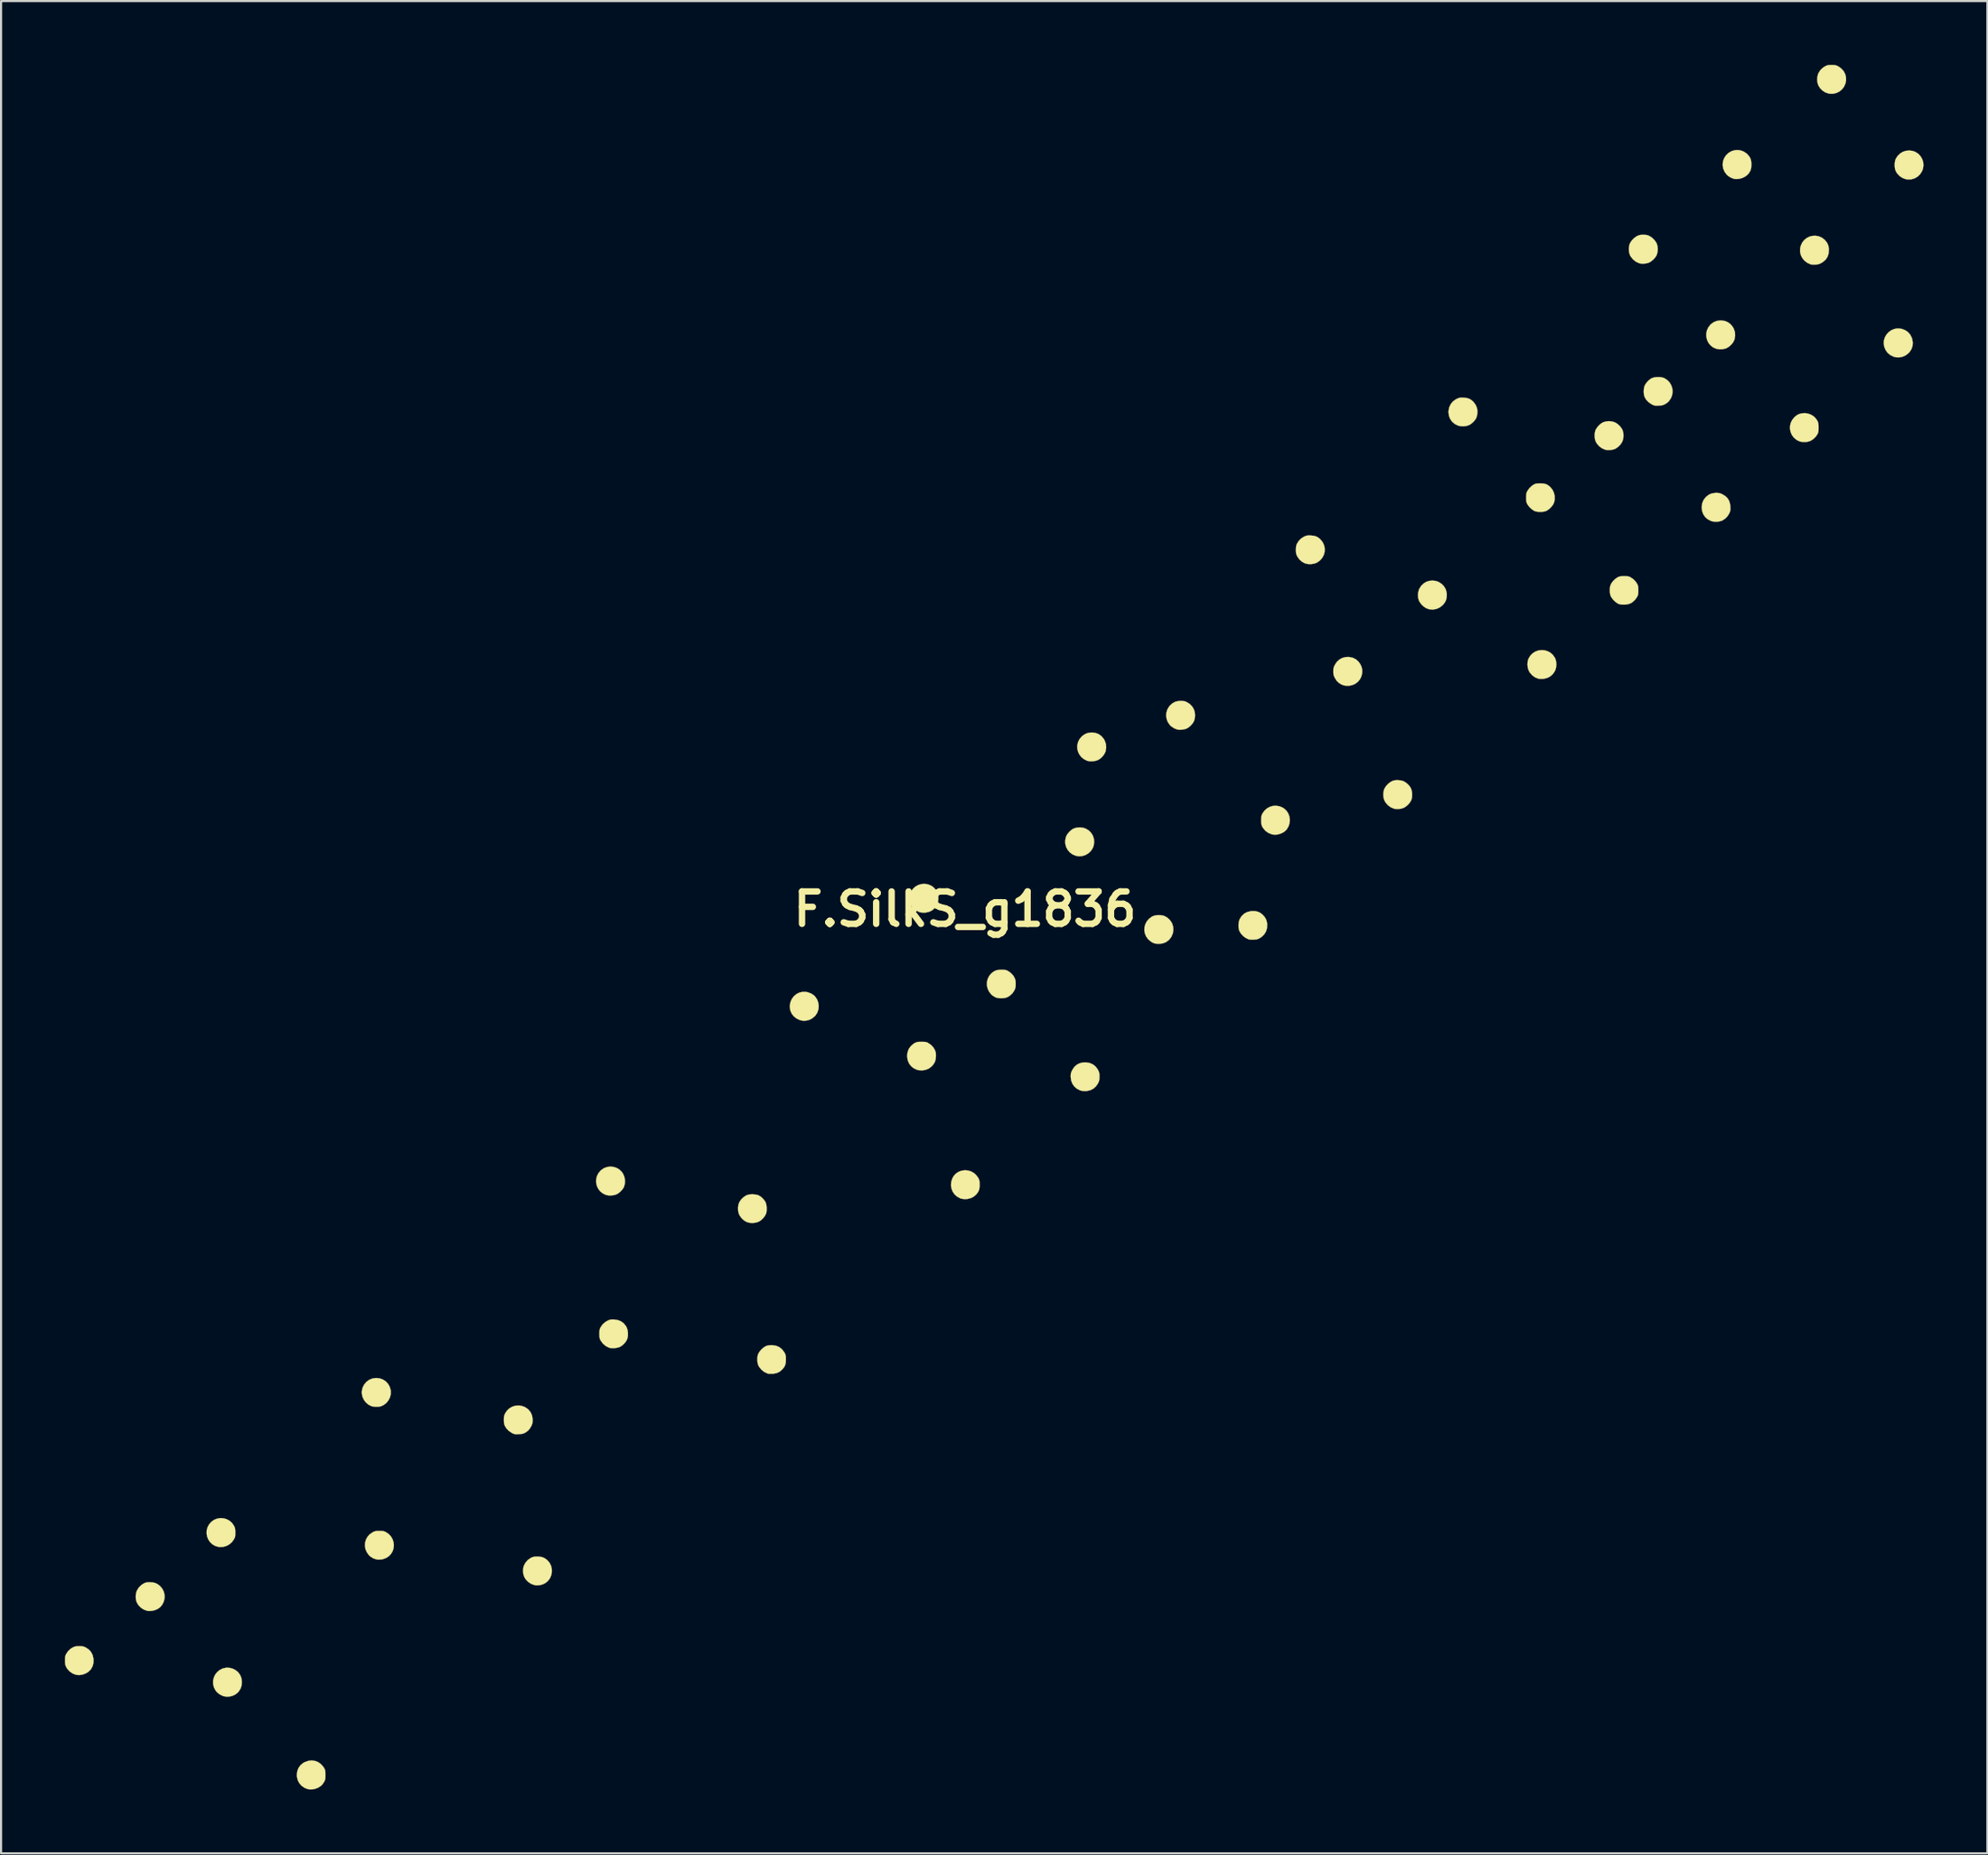
<source format=kicad_pcb>
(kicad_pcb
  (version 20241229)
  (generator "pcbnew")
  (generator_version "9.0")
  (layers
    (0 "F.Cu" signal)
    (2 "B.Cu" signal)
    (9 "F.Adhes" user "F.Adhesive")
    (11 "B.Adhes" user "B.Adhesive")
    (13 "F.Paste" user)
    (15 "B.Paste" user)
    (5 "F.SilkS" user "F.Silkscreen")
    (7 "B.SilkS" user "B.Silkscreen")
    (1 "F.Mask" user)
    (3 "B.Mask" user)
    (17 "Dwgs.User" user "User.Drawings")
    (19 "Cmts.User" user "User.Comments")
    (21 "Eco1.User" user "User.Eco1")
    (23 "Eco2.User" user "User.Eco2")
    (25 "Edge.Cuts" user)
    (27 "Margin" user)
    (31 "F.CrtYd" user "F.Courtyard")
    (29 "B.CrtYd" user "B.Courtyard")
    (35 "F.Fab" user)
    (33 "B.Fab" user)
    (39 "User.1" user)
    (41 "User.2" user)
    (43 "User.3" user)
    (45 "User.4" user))
  (footprint "F.SilkS_g1836"
    (layer "F.Cu")
    (at 42.285 39.682)
    (property "Reference" "F.SilkS_g1836" (at 0 0 0) (layer "F.SilkS") (effects (font (size 1.524 1.524) (thickness 0.3))))
    (attr through_hole)
    (fp_poly (pts (xy -7.472 3.887) (xy -7.39 3.903) (xy -7.227 3.963) (xy -7.095 4.051) (xy -7.038 4.11) (xy -6.946 4.248) (xy -6.891 4.4) (xy -6.871 4.558) (xy -6.887 4.715) (xy -6.939 4.865) (xy -7.027 5) (xy -7.04 5.015) (xy -7.163 5.122) (xy -7.305 5.198) (xy -7.458 5.239) (xy -7.614 5.244) (xy -7.762 5.211) (xy -7.919 5.135) (xy -8.047 5.032) (xy -8.144 4.906) (xy -8.206 4.761) (xy -8.231 4.601) (xy -8.229 4.523) (xy -8.197 4.358) (xy -8.131 4.212) (xy -8.036 4.088) (xy -7.918 3.99) (xy -7.782 3.921) (xy -7.631 3.886) (xy -7.472 3.887)) (stroke (width 0.01) (type solid)) (fill yes) (layer "F.SilkS"))
    (fp_poly (pts (xy 5.547 -3.828) (xy 5.674 -3.786) (xy 5.82 -3.696) (xy 5.936 -3.575) (xy 6.009 -3.452) (xy 6.055 -3.307) (xy 6.068 -3.151) (xy 6.048 -2.996) (xy 6.005 -2.874) (xy 5.916 -2.737) (xy 5.8 -2.627) (xy 5.663 -2.546) (xy 5.513 -2.498) (xy 5.356 -2.485) (xy 5.213 -2.508) (xy 5.058 -2.571) (xy 4.928 -2.665) (xy 4.825 -2.784) (xy 4.752 -2.921) (xy 4.713 -3.071) (xy 4.708 -3.229) (xy 4.742 -3.389) (xy 4.763 -3.444) (xy 4.824 -3.547) (xy 4.912 -3.648) (xy 5.013 -3.736) (xy 5.107 -3.791) (xy 5.244 -3.832) (xy 5.396 -3.844) (xy 5.547 -3.828)) (stroke (width 0.01) (type solid)) (fill yes) (layer "F.SilkS"))
    (fp_poly (pts (xy 43.959 -27.285) (xy 44.001 -27.276) (xy 44.166 -27.215) (xy 44.302 -27.123) (xy 44.408 -27.002) (xy 44.483 -26.851) (xy 44.496 -26.811) (xy 44.527 -26.643) (xy 44.517 -26.48) (xy 44.467 -26.328) (xy 44.378 -26.189) (xy 44.327 -26.135) (xy 44.198 -26.034) (xy 44.051 -25.967) (xy 43.895 -25.935) (xy 43.739 -25.94) (xy 43.631 -25.967) (xy 43.472 -26.044) (xy 43.346 -26.148) (xy 43.25 -26.281) (xy 43.187 -26.435) (xy 43.162 -26.592) (xy 43.174 -26.744) (xy 43.22 -26.886) (xy 43.296 -27.014) (xy 43.396 -27.124) (xy 43.517 -27.21) (xy 43.654 -27.269) (xy 43.803 -27.295) (xy 43.959 -27.285)) (stroke (width 0.01) (type solid)) (fill yes) (layer "F.SilkS"))
    (fp_poly (pts (xy 44.523 -35.638) (xy 44.644 -35.595) (xy 44.782 -35.507) (xy 44.891 -35.391) (xy 44.97 -35.256) (xy 45.017 -35.106) (xy 45.028 -34.949) (xy 45.002 -34.791) (xy 44.96 -34.682) (xy 44.868 -34.539) (xy 44.75 -34.427) (xy 44.611 -34.348) (xy 44.457 -34.303) (xy 44.294 -34.297) (xy 44.19 -34.313) (xy 44.039 -34.37) (xy 43.904 -34.461) (xy 43.791 -34.583) (xy 43.728 -34.687) (xy 43.692 -34.796) (xy 43.675 -34.926) (xy 43.678 -35.063) (xy 43.7 -35.19) (xy 43.73 -35.273) (xy 43.821 -35.411) (xy 43.943 -35.526) (xy 44.066 -35.599) (xy 44.21 -35.645) (xy 44.367 -35.658) (xy 44.523 -35.638)) (stroke (width 0.01) (type solid)) (fill yes) (layer "F.SilkS"))
    (fp_poly (pts (xy -16.521 12.112) (xy -16.375 12.156) (xy -16.242 12.232) (xy -16.129 12.339) (xy -16.059 12.443) (xy -15.998 12.593) (xy -15.972 12.752) (xy -15.98 12.91) (xy -16.023 13.058) (xy -16.038 13.089) (xy -16.097 13.176) (xy -16.181 13.266) (xy -16.275 13.346) (xy -16.35 13.393) (xy -16.473 13.437) (xy -16.615 13.457) (xy -16.759 13.453) (xy -16.881 13.425) (xy -17.028 13.352) (xy -17.147 13.252) (xy -17.238 13.131) (xy -17.299 12.994) (xy -17.329 12.847) (xy -17.327 12.697) (xy -17.291 12.549) (xy -17.222 12.409) (xy -17.116 12.283) (xy -17.101 12.269) (xy -16.97 12.177) (xy -16.825 12.121) (xy -16.673 12.099) (xy -16.521 12.112)) (stroke (width 0.01) (type solid)) (fill yes) (layer "F.SilkS"))
    (fp_poly (pts (xy 22.126 -15.426) (xy 22.249 -15.382) (xy 22.393 -15.29) (xy 22.506 -15.172) (xy 22.586 -15.032) (xy 22.628 -14.875) (xy 22.635 -14.785) (xy 22.625 -14.627) (xy 22.586 -14.493) (xy 22.515 -14.373) (xy 22.439 -14.286) (xy 22.305 -14.181) (xy 22.153 -14.113) (xy 21.99 -14.083) (xy 21.821 -14.094) (xy 21.805 -14.097) (xy 21.669 -14.146) (xy 21.541 -14.229) (xy 21.429 -14.339) (xy 21.342 -14.468) (xy 21.329 -14.497) (xy 21.292 -14.617) (xy 21.28 -14.757) (xy 21.293 -14.899) (xy 21.329 -15.029) (xy 21.339 -15.051) (xy 21.429 -15.196) (xy 21.55 -15.312) (xy 21.673 -15.386) (xy 21.816 -15.432) (xy 21.972 -15.445) (xy 22.126 -15.426)) (stroke (width 0.01) (type solid)) (fill yes) (layer "F.SilkS"))
    (fp_poly (pts (xy 35.689 -27.649) (xy 35.838 -27.589) (xy 35.967 -27.493) (xy 36.073 -27.364) (xy 36.113 -27.292) (xy 36.168 -27.134) (xy 36.182 -26.968) (xy 36.156 -26.798) (xy 36.143 -26.756) (xy 36.086 -26.641) (xy 35.997 -26.53) (xy 35.888 -26.434) (xy 35.77 -26.366) (xy 35.744 -26.355) (xy 35.593 -26.319) (xy 35.433 -26.315) (xy 35.289 -26.342) (xy 35.142 -26.407) (xy 35.022 -26.502) (xy 34.929 -26.618) (xy 34.864 -26.752) (xy 34.829 -26.896) (xy 34.825 -27.045) (xy 34.853 -27.193) (xy 34.914 -27.333) (xy 35.01 -27.461) (xy 35.044 -27.494) (xy 35.171 -27.589) (xy 35.309 -27.646) (xy 35.465 -27.67) (xy 35.522 -27.671) (xy 35.689 -27.649)) (stroke (width 0.01) (type solid)) (fill yes) (layer "F.SilkS"))
    (fp_poly (pts (xy 36.446 -35.661) (xy 36.59 -35.606) (xy 36.722 -35.515) (xy 36.762 -35.477) (xy 36.849 -35.375) (xy 36.905 -35.272) (xy 36.935 -35.156) (xy 36.946 -35.015) (xy 36.946 -34.999) (xy 36.936 -34.848) (xy 36.904 -34.724) (xy 36.845 -34.616) (xy 36.76 -34.516) (xy 36.647 -34.429) (xy 36.512 -34.364) (xy 36.366 -34.325) (xy 36.221 -34.315) (xy 36.118 -34.33) (xy 35.987 -34.379) (xy 35.865 -34.453) (xy 35.781 -34.527) (xy 35.681 -34.667) (xy 35.619 -34.819) (xy 35.595 -34.979) (xy 35.61 -35.141) (xy 35.664 -35.295) (xy 35.754 -35.434) (xy 35.868 -35.543) (xy 36 -35.622) (xy 36.145 -35.668) (xy 36.295 -35.682) (xy 36.446 -35.661)) (stroke (width 0.01) (type solid)) (fill yes) (layer "F.SilkS"))
    (fp_poly (pts (xy -38.146 31.645) (xy -38.015 31.68) (xy -37.899 31.745) (xy -37.811 31.818) (xy -37.706 31.944) (xy -37.637 32.087) (xy -37.603 32.24) (xy -37.605 32.396) (xy -37.642 32.548) (xy -37.714 32.691) (xy -37.817 32.812) (xy -37.926 32.89) (xy -38.06 32.947) (xy -38.206 32.98) (xy -38.349 32.985) (xy -38.415 32.977) (xy -38.571 32.924) (xy -38.711 32.835) (xy -38.828 32.717) (xy -38.911 32.579) (xy -38.948 32.457) (xy -38.96 32.317) (xy -38.948 32.174) (xy -38.911 32.043) (xy -38.902 32.023) (xy -38.811 31.878) (xy -38.688 31.76) (xy -38.581 31.692) (xy -38.514 31.661) (xy -38.451 31.644) (xy -38.375 31.636) (xy -38.301 31.634) (xy -38.146 31.645)) (stroke (width 0.01) (type solid)) (fill yes) (layer "F.SilkS"))
    (fp_poly (pts (xy -34.56 35.655) (xy -34.412 35.693) (xy -34.274 35.761) (xy -34.158 35.852) (xy -34.132 35.881) (xy -34.045 36.007) (xy -33.993 36.144) (xy -33.973 36.3) (xy -33.973 36.333) (xy -33.987 36.493) (xy -34.032 36.631) (xy -34.111 36.758) (xy -34.152 36.806) (xy -34.265 36.901) (xy -34.401 36.969) (xy -34.551 37.007) (xy -34.704 37.013) (xy -34.849 36.985) (xy -34.855 36.982) (xy -35.015 36.906) (xy -35.143 36.801) (xy -35.213 36.714) (xy -35.287 36.566) (xy -35.323 36.413) (xy -35.323 36.261) (xy -35.289 36.114) (xy -35.226 35.977) (xy -35.134 35.858) (xy -35.016 35.76) (xy -34.876 35.69) (xy -34.715 35.652) (xy -34.707 35.651) (xy -34.56 35.655)) (stroke (width 0.01) (type solid)) (fill yes) (layer "F.SilkS"))
    (fp_poly (pts (xy -27.488 22.054) (xy -27.337 22.111) (xy -27.205 22.2) (xy -27.098 22.318) (xy -27.021 22.46) (xy -26.977 22.621) (xy -26.974 22.644) (xy -26.976 22.795) (xy -27.014 22.943) (xy -27.084 23.082) (xy -27.181 23.203) (xy -27.299 23.299) (xy -27.434 23.363) (xy -27.452 23.368) (xy -27.54 23.383) (xy -27.648 23.387) (xy -27.758 23.382) (xy -27.852 23.367) (xy -27.883 23.359) (xy -28.025 23.287) (xy -28.146 23.184) (xy -28.241 23.058) (xy -28.306 22.915) (xy -28.337 22.761) (xy -28.335 22.644) (xy -28.296 22.48) (xy -28.222 22.335) (xy -28.118 22.214) (xy -27.99 22.121) (xy -27.841 22.06) (xy -27.677 22.035) (xy -27.654 22.035) (xy -27.488 22.054)) (stroke (width 0.01) (type solid)) (fill yes) (layer "F.SilkS"))
    (fp_poly (pts (xy -19.942 30.436) (xy -19.823 30.467) (xy -19.716 30.524) (xy -19.621 30.599) (xy -19.518 30.719) (xy -19.449 30.856) (xy -19.413 31.005) (xy -19.41 31.157) (xy -19.439 31.307) (xy -19.499 31.448) (xy -19.591 31.572) (xy -19.702 31.665) (xy -19.837 31.734) (xy -19.987 31.773) (xy -20.136 31.78) (xy -20.206 31.771) (xy -20.367 31.718) (xy -20.509 31.629) (xy -20.627 31.51) (xy -20.696 31.402) (xy -20.744 31.267) (xy -20.763 31.117) (xy -20.752 30.965) (xy -20.724 30.858) (xy -20.648 30.715) (xy -20.541 30.592) (xy -20.41 30.498) (xy -20.388 30.486) (xy -20.319 30.456) (xy -20.256 30.438) (xy -20.184 30.429) (xy -20.087 30.427) (xy -19.942 30.436)) (stroke (width 0.01) (type solid)) (fill yes) (layer "F.SilkS"))
    (fp_poly (pts (xy 6.136 -8.283) (xy 6.285 -8.224) (xy 6.415 -8.13) (xy 6.52 -8.002) (xy 6.564 -7.925) (xy 6.619 -7.767) (xy 6.634 -7.601) (xy 6.608 -7.432) (xy 6.596 -7.392) (xy 6.539 -7.277) (xy 6.452 -7.166) (xy 6.348 -7.071) (xy 6.239 -7.006) (xy 6.118 -6.968) (xy 5.983 -6.95) (xy 5.85 -6.952) (xy 5.737 -6.976) (xy 5.736 -6.977) (xy 5.586 -7.051) (xy 5.463 -7.152) (xy 5.37 -7.274) (xy 5.307 -7.411) (xy 5.275 -7.557) (xy 5.276 -7.706) (xy 5.311 -7.854) (xy 5.381 -7.993) (xy 5.487 -8.119) (xy 5.495 -8.127) (xy 5.624 -8.222) (xy 5.764 -8.28) (xy 5.924 -8.304) (xy 5.971 -8.304) (xy 6.136 -8.283)) (stroke (width 0.01) (type solid)) (fill yes) (layer "F.SilkS"))
    (fp_poly (pts (xy 27.224 -12.168) (xy 27.366 -12.128) (xy 27.497 -12.058) (xy 27.612 -11.958) (xy 27.706 -11.828) (xy 27.733 -11.773) (xy 27.77 -11.649) (xy 27.782 -11.506) (xy 27.769 -11.362) (xy 27.732 -11.232) (xy 27.725 -11.217) (xy 27.636 -11.073) (xy 27.519 -10.959) (xy 27.379 -10.878) (xy 27.218 -10.833) (xy 27.138 -10.825) (xy 27.054 -10.824) (xy 26.978 -10.828) (xy 26.935 -10.835) (xy 26.782 -10.896) (xy 26.648 -10.993) (xy 26.538 -11.118) (xy 26.482 -11.217) (xy 26.441 -11.343) (xy 26.425 -11.486) (xy 26.433 -11.629) (xy 26.466 -11.756) (xy 26.473 -11.772) (xy 26.558 -11.914) (xy 26.666 -12.025) (xy 26.793 -12.106) (xy 26.932 -12.157) (xy 27.077 -12.177) (xy 27.224 -12.168)) (stroke (width 0.01) (type solid)) (fill yes) (layer "F.SilkS"))
    (fp_poly (pts (xy -34.833 28.629) (xy -34.687 28.671) (xy -34.552 28.744) (xy -34.435 28.848) (xy -34.342 28.981) (xy -34.325 29.017) (xy -34.301 29.081) (xy -34.287 29.151) (xy -34.28 29.242) (xy -34.28 29.305) (xy -34.281 29.404) (xy -34.288 29.474) (xy -34.303 29.531) (xy -34.329 29.588) (xy -34.337 29.604) (xy -34.431 29.74) (xy -34.553 29.85) (xy -34.695 29.928) (xy -34.851 29.973) (xy -35.014 29.98) (xy -35.075 29.972) (xy -35.229 29.926) (xy -35.361 29.849) (xy -35.469 29.746) (xy -35.55 29.624) (xy -35.604 29.487) (xy -35.629 29.342) (xy -35.623 29.194) (xy -35.584 29.049) (xy -35.511 28.913) (xy -35.415 28.802) (xy -35.283 28.705) (xy -35.138 28.645) (xy -34.986 28.62) (xy -34.833 28.629)) (stroke (width 0.01) (type solid)) (fill yes) (layer "F.SilkS"))
    (fp_poly (pts (xy 10.228 -9.786) (xy 10.305 -9.775) (xy 10.375 -9.752) (xy 10.416 -9.734) (xy 10.561 -9.644) (xy 10.677 -9.523) (xy 10.75 -9.4) (xy 10.793 -9.266) (xy 10.808 -9.117) (xy 10.796 -8.967) (xy 10.756 -8.835) (xy 10.69 -8.726) (xy 10.597 -8.621) (xy 10.491 -8.534) (xy 10.409 -8.488) (xy 10.316 -8.458) (xy 10.204 -8.439) (xy 10.091 -8.432) (xy 9.995 -8.439) (xy 9.978 -8.443) (xy 9.824 -8.503) (xy 9.686 -8.597) (xy 9.622 -8.659) (xy 9.529 -8.793) (xy 9.473 -8.941) (xy 9.451 -9.098) (xy 9.466 -9.255) (xy 9.516 -9.405) (xy 9.602 -9.542) (xy 9.623 -9.566) (xy 9.744 -9.676) (xy 9.876 -9.748) (xy 10.027 -9.784) (xy 10.128 -9.789) (xy 10.228 -9.786)) (stroke (width 0.01) (type solid)) (fill yes) (layer "F.SilkS"))
    (fp_poly (pts (xy 30.419 -22.919) (xy 30.546 -22.875) (xy 30.672 -22.794) (xy 30.785 -22.685) (xy 30.871 -22.56) (xy 30.888 -22.525) (xy 30.926 -22.399) (xy 30.937 -22.255) (xy 30.923 -22.111) (xy 30.882 -21.98) (xy 30.876 -21.968) (xy 30.8 -21.848) (xy 30.697 -21.74) (xy 30.582 -21.655) (xy 30.532 -21.63) (xy 30.421 -21.596) (xy 30.292 -21.579) (xy 30.163 -21.581) (xy 30.077 -21.596) (xy 29.929 -21.659) (xy 29.796 -21.757) (xy 29.687 -21.882) (xy 29.627 -21.99) (xy 29.594 -22.1) (xy 29.58 -22.231) (xy 29.585 -22.364) (xy 29.611 -22.484) (xy 29.627 -22.526) (xy 29.694 -22.638) (xy 29.787 -22.745) (xy 29.892 -22.833) (xy 29.978 -22.884) (xy 30.116 -22.925) (xy 30.268 -22.937) (xy 30.419 -22.919)) (stroke (width 0.01) (type solid)) (fill yes) (layer "F.SilkS"))
    (fp_poly (pts (xy 40.11 -31.626) (xy 40.251 -31.565) (xy 40.379 -31.469) (xy 40.41 -31.437) (xy 40.499 -31.324) (xy 40.554 -31.208) (xy 40.581 -31.076) (xy 40.586 -30.977) (xy 40.569 -30.803) (xy 40.516 -30.651) (xy 40.427 -30.521) (xy 40.302 -30.415) (xy 40.234 -30.374) (xy 40.15 -30.333) (xy 40.077 -30.311) (xy 39.992 -30.3) (xy 39.942 -30.297) (xy 39.857 -30.296) (xy 39.781 -30.3) (xy 39.732 -30.307) (xy 39.73 -30.308) (xy 39.569 -30.381) (xy 39.437 -30.481) (xy 39.335 -30.604) (xy 39.266 -30.746) (xy 39.232 -30.901) (xy 39.237 -31.065) (xy 39.261 -31.173) (xy 39.326 -31.322) (xy 39.42 -31.445) (xy 39.537 -31.541) (xy 39.67 -31.609) (xy 39.814 -31.646) (xy 39.963 -31.652) (xy 40.11 -31.626)) (stroke (width 0.01) (type solid)) (fill yes) (layer "F.SilkS"))
    (fp_poly (pts (xy -27.409 29.223) (xy -27.338 29.229) (xy -27.282 29.244) (xy -27.225 29.269) (xy -27.207 29.278) (xy -27.071 29.37) (xy -26.966 29.485) (xy -26.891 29.616) (xy -26.846 29.757) (xy -26.832 29.903) (xy -26.848 30.049) (xy -26.895 30.187) (xy -26.972 30.313) (xy -27.08 30.421) (xy -27.206 30.499) (xy -27.37 30.557) (xy -27.533 30.574) (xy -27.641 30.563) (xy -27.8 30.511) (xy -27.939 30.422) (xy -28.004 30.361) (xy -28.102 30.226) (xy -28.164 30.079) (xy -28.19 29.926) (xy -28.182 29.774) (xy -28.141 29.627) (xy -28.067 29.493) (xy -27.961 29.377) (xy -27.825 29.285) (xy -27.824 29.284) (xy -27.758 29.253) (xy -27.701 29.234) (xy -27.638 29.224) (xy -27.555 29.221) (xy -27.508 29.221) (xy -27.409 29.223)) (stroke (width 0.01) (type solid)) (fill yes) (layer "F.SilkS"))
    (fp_poly (pts (xy -9.852 13.41) (xy -9.736 13.436) (xy -9.678 13.459) (xy -9.565 13.535) (xy -9.461 13.637) (xy -9.381 13.749) (xy -9.374 13.763) (xy -9.339 13.861) (xy -9.319 13.984) (xy -9.315 14.115) (xy -9.327 14.239) (xy -9.344 14.306) (xy -9.397 14.414) (xy -9.48 14.522) (xy -9.58 14.617) (xy -9.681 14.684) (xy -9.809 14.729) (xy -9.955 14.749) (xy -10.103 14.743) (xy -10.238 14.71) (xy -10.244 14.708) (xy -10.37 14.638) (xy -10.485 14.536) (xy -10.577 14.415) (xy -10.624 14.319) (xy -10.66 14.171) (xy -10.664 14.014) (xy -10.637 13.862) (xy -10.599 13.767) (xy -10.527 13.659) (xy -10.431 13.559) (xy -10.322 13.478) (xy -10.22 13.429) (xy -10.11 13.406) (xy -9.982 13.4) (xy -9.852 13.41)) (stroke (width 0.01) (type solid)) (fill yes) (layer "F.SilkS"))
    (fp_poly (pts (xy -1.748 -1.169) (xy -1.599 -1.11) (xy -1.518 -1.059) (xy -1.421 -0.969) (xy -1.338 -0.857) (xy -1.28 -0.739) (xy -1.27 -0.709) (xy -1.253 -0.602) (xy -1.252 -0.479) (xy -1.267 -0.355) (xy -1.295 -0.249) (xy -1.31 -0.216) (xy -1.406 -0.071) (xy -1.527 0.041) (xy -1.671 0.118) (xy -1.836 0.158) (xy -1.891 0.163) (xy -2.009 0.162) (xy -2.108 0.145) (xy -2.155 0.131) (xy -2.291 0.062) (xy -2.413 -0.038) (xy -2.51 -0.16) (xy -2.575 -0.295) (xy -2.584 -0.324) (xy -2.601 -0.435) (xy -2.599 -0.562) (xy -2.582 -0.688) (xy -2.55 -0.795) (xy -2.543 -0.809) (xy -2.454 -0.946) (xy -2.34 -1.054) (xy -2.205 -1.132) (xy -2.057 -1.178) (xy -1.903 -1.191) (xy -1.748 -1.169)) (stroke (width 0.01) (type solid)) (fill yes) (layer "F.SilkS"))
    (fp_poly (pts (xy 0.144 12.283) (xy 0.292 12.328) (xy 0.427 12.407) (xy 0.466 12.44) (xy 0.534 12.51) (xy 0.596 12.59) (xy 0.631 12.645) (xy 0.658 12.702) (xy 0.675 12.755) (xy 0.684 12.818) (xy 0.687 12.903) (xy 0.688 12.954) (xy 0.682 13.085) (xy 0.663 13.189) (xy 0.623 13.279) (xy 0.56 13.369) (xy 0.516 13.42) (xy 0.404 13.514) (xy 0.268 13.581) (xy 0.118 13.62) (xy -0.036 13.628) (xy -0.184 13.603) (xy -0.225 13.589) (xy -0.371 13.51) (xy -0.489 13.404) (xy -0.577 13.276) (xy -0.634 13.133) (xy -0.658 12.98) (xy -0.647 12.823) (xy -0.6 12.668) (xy -0.531 12.543) (xy -0.428 12.429) (xy -0.302 12.345) (xy -0.159 12.292) (xy -0.009 12.271) (xy 0.144 12.283)) (stroke (width 0.01) (type solid)) (fill yes) (layer "F.SilkS"))
    (fp_poly (pts (xy 9.192 0.281) (xy 9.321 0.304) (xy 9.36 0.317) (xy 9.492 0.388) (xy 9.61 0.491) (xy 9.704 0.619) (xy 9.731 0.673) (xy 9.78 0.827) (xy 9.789 0.987) (xy 9.762 1.145) (xy 9.698 1.295) (xy 9.599 1.427) (xy 9.579 1.448) (xy 9.45 1.546) (xy 9.302 1.606) (xy 9.134 1.628) (xy 9.106 1.628) (xy 9.021 1.624) (xy 8.944 1.616) (xy 8.898 1.607) (xy 8.842 1.584) (xy 8.772 1.546) (xy 8.729 1.519) (xy 8.603 1.411) (xy 8.511 1.284) (xy 8.453 1.144) (xy 8.427 0.997) (xy 8.434 0.848) (xy 8.474 0.703) (xy 8.545 0.568) (xy 8.648 0.449) (xy 8.782 0.351) (xy 8.81 0.336) (xy 8.92 0.297) (xy 9.053 0.278) (xy 9.192 0.281)) (stroke (width 0.01) (type solid)) (fill yes) (layer "F.SilkS"))
    (fp_poly (pts (xy 18.2 -11.821) (xy 18.238 -11.808) (xy 18.374 -11.736) (xy 18.488 -11.633) (xy 18.578 -11.506) (xy 18.638 -11.364) (xy 18.665 -11.213) (xy 18.654 -11.061) (xy 18.653 -11.06) (xy 18.614 -10.921) (xy 18.557 -10.808) (xy 18.473 -10.703) (xy 18.457 -10.687) (xy 18.336 -10.594) (xy 18.193 -10.531) (xy 18.038 -10.5) (xy 17.88 -10.503) (xy 17.731 -10.54) (xy 17.585 -10.619) (xy 17.466 -10.73) (xy 17.374 -10.874) (xy 17.374 -10.874) (xy 17.335 -10.959) (xy 17.314 -11.03) (xy 17.305 -11.106) (xy 17.304 -11.176) (xy 17.307 -11.27) (xy 17.319 -11.343) (xy 17.344 -11.415) (xy 17.374 -11.478) (xy 17.465 -11.618) (xy 17.582 -11.727) (xy 17.719 -11.805) (xy 17.872 -11.847) (xy 18.034 -11.854) (xy 18.2 -11.821)) (stroke (width 0.01) (type solid)) (fill yes) (layer "F.SilkS"))
    (fp_poly (pts (xy 23.39 -24.043) (xy 23.429 -24.041) (xy 23.571 -24.026) (xy 23.685 -23.992) (xy 23.784 -23.935) (xy 23.876 -23.855) (xy 23.981 -23.721) (xy 24.048 -23.572) (xy 24.076 -23.41) (xy 24.065 -23.254) (xy 24.047 -23.173) (xy 24.025 -23.101) (xy 24.01 -23.065) (xy 23.95 -22.976) (xy 23.865 -22.885) (xy 23.77 -22.805) (xy 23.697 -22.759) (xy 23.572 -22.715) (xy 23.429 -22.695) (xy 23.284 -22.701) (xy 23.163 -22.729) (xy 23.013 -22.803) (xy 22.889 -22.908) (xy 22.796 -23.038) (xy 22.737 -23.187) (xy 22.715 -23.351) (xy 22.717 -23.421) (xy 22.75 -23.588) (xy 22.82 -23.737) (xy 22.923 -23.863) (xy 23.057 -23.962) (xy 23.117 -23.992) (xy 23.186 -24.021) (xy 23.244 -24.037) (xy 23.307 -24.044) (xy 23.39 -24.043)) (stroke (width 0.01) (type solid)) (fill yes) (layer "F.SilkS"))
    (fp_poly (pts (xy 40.812 -39.675) (xy 40.882 -39.668) (xy 40.939 -39.653) (xy 40.997 -39.628) (xy 41.015 -39.619) (xy 41.159 -39.521) (xy 41.271 -39.4) (xy 41.348 -39.259) (xy 41.389 -39.104) (xy 41.391 -38.94) (xy 41.362 -38.803) (xy 41.297 -38.655) (xy 41.199 -38.529) (xy 41.077 -38.429) (xy 40.936 -38.36) (xy 40.782 -38.325) (xy 40.622 -38.327) (xy 40.581 -38.334) (xy 40.426 -38.386) (xy 40.286 -38.474) (xy 40.17 -38.591) (xy 40.085 -38.73) (xy 40.048 -38.857) (xy 40.036 -39.001) (xy 40.049 -39.146) (xy 40.087 -39.276) (xy 40.092 -39.287) (xy 40.183 -39.433) (xy 40.306 -39.551) (xy 40.413 -39.619) (xy 40.474 -39.647) (xy 40.529 -39.665) (xy 40.594 -39.674) (xy 40.683 -39.676) (xy 40.714 -39.677) (xy 40.812 -39.675)) (stroke (width 0.01) (type solid)) (fill yes) (layer "F.SilkS"))
    (fp_poly (pts (xy -30.536 40.031) (xy -30.389 40.088) (xy -30.257 40.182) (xy -30.144 40.31) (xy -30.093 40.394) (xy -30.07 40.443) (xy -30.056 40.496) (xy -30.049 40.564) (xy -30.046 40.659) (xy -30.046 40.693) (xy -30.047 40.793) (xy -30.052 40.864) (xy -30.063 40.918) (xy -30.082 40.967) (xy -30.108 41.017) (xy -30.157 41.092) (xy -30.213 41.163) (xy -30.245 41.195) (xy -30.368 41.28) (xy -30.511 41.339) (xy -30.661 41.37) (xy -30.807 41.37) (xy -30.867 41.359) (xy -31.026 41.299) (xy -31.161 41.206) (xy -31.268 41.087) (xy -31.344 40.945) (xy -31.384 40.785) (xy -31.39 40.693) (xy -31.371 40.522) (xy -31.315 40.37) (xy -31.224 40.239) (xy -31.1 40.134) (xy -31.022 40.089) (xy -30.858 40.03) (xy -30.694 40.011) (xy -30.536 40.031)) (stroke (width 0.01) (type solid)) (fill yes) (layer "F.SilkS"))
    (fp_poly (pts (xy 13.642 0.092) (xy 13.772 0.122) (xy 13.888 0.183) (xy 13.971 0.248) (xy 14.081 0.368) (xy 14.153 0.498) (xy 14.191 0.648) (xy 14.198 0.72) (xy 14.188 0.892) (xy 14.14 1.049) (xy 14.055 1.188) (xy 13.936 1.303) (xy 13.84 1.365) (xy 13.77 1.399) (xy 13.703 1.419) (xy 13.621 1.429) (xy 13.558 1.432) (xy 13.47 1.433) (xy 13.393 1.429) (xy 13.34 1.422) (xy 13.335 1.421) (xy 13.197 1.357) (xy 13.072 1.266) (xy 12.968 1.155) (xy 12.895 1.033) (xy 12.879 0.993) (xy 12.854 0.873) (xy 12.85 0.738) (xy 12.864 0.603) (xy 12.897 0.485) (xy 12.908 0.462) (xy 12.999 0.32) (xy 13.117 0.21) (xy 13.26 0.134) (xy 13.423 0.094) (xy 13.487 0.088) (xy 13.642 0.092)) (stroke (width 0.01) (type solid)) (fill yes) (layer "F.SilkS"))
    (fp_poly (pts (xy 14.786 -4.833) (xy 14.938 -4.765) (xy 14.979 -4.739) (xy 15.098 -4.633) (xy 15.185 -4.505) (xy 15.24 -4.36) (xy 15.262 -4.207) (xy 15.25 -4.051) (xy 15.203 -3.899) (xy 15.121 -3.758) (xy 15.103 -3.736) (xy 14.999 -3.639) (xy 14.868 -3.566) (xy 14.722 -3.518) (xy 14.572 -3.5) (xy 14.429 -3.516) (xy 14.413 -3.52) (xy 14.249 -3.586) (xy 14.113 -3.684) (xy 14.003 -3.815) (xy 13.964 -3.882) (xy 13.941 -3.931) (xy 13.927 -3.983) (xy 13.92 -4.051) (xy 13.917 -4.146) (xy 13.917 -4.18) (xy 13.919 -4.285) (xy 13.924 -4.359) (xy 13.936 -4.414) (xy 13.956 -4.464) (xy 13.966 -4.483) (xy 14.063 -4.624) (xy 14.183 -4.734) (xy 14.322 -4.811) (xy 14.472 -4.855) (xy 14.629 -4.862) (xy 14.786 -4.833)) (stroke (width 0.01) (type solid)) (fill yes) (layer "F.SilkS"))
    (fp_poly (pts (xy 35.382 -19.563) (xy 35.454 -19.552) (xy 35.525 -19.527) (xy 35.589 -19.497) (xy 35.731 -19.409) (xy 35.838 -19.299) (xy 35.91 -19.166) (xy 35.95 -19.007) (xy 35.958 -18.921) (xy 35.961 -18.826) (xy 35.958 -18.758) (xy 35.945 -18.7) (xy 35.921 -18.636) (xy 35.909 -18.608) (xy 35.826 -18.471) (xy 35.713 -18.355) (xy 35.58 -18.269) (xy 35.564 -18.262) (xy 35.44 -18.224) (xy 35.299 -18.209) (xy 35.159 -18.217) (xy 35.059 -18.241) (xy 34.906 -18.317) (xy 34.782 -18.421) (xy 34.69 -18.551) (xy 34.632 -18.701) (xy 34.611 -18.869) (xy 34.612 -18.931) (xy 34.64 -19.095) (xy 34.7 -19.235) (xy 34.796 -19.36) (xy 34.805 -19.37) (xy 34.933 -19.473) (xy 35.075 -19.537) (xy 35.236 -19.564) (xy 35.288 -19.566) (xy 35.382 -19.563)) (stroke (width 0.01) (type solid)) (fill yes) (layer "F.SilkS"))
    (fp_poly (pts (xy 20.477 -6.052) (xy 20.599 -6.017) (xy 20.712 -5.951) (xy 20.804 -5.874) (xy 20.903 -5.763) (xy 20.967 -5.642) (xy 21 -5.503) (xy 21.007 -5.387) (xy 21.003 -5.28) (xy 20.989 -5.197) (xy 20.963 -5.12) (xy 20.957 -5.107) (xy 20.893 -5.001) (xy 20.8 -4.898) (xy 20.693 -4.81) (xy 20.601 -4.758) (xy 20.483 -4.723) (xy 20.348 -4.707) (xy 20.215 -4.713) (xy 20.15 -4.727) (xy 20.001 -4.79) (xy 19.869 -4.887) (xy 19.76 -5.012) (xy 19.699 -5.12) (xy 19.667 -5.229) (xy 19.653 -5.359) (xy 19.659 -5.492) (xy 19.684 -5.613) (xy 19.7 -5.655) (xy 19.777 -5.782) (xy 19.883 -5.896) (xy 20.006 -5.987) (xy 20.042 -6.006) (xy 20.114 -6.037) (xy 20.179 -6.055) (xy 20.256 -6.062) (xy 20.331 -6.063) (xy 20.477 -6.052)) (stroke (width 0.01) (type solid)) (fill yes) (layer "F.SilkS"))
    (fp_poly (pts (xy -1.938 6.235) (xy -1.864 6.241) (xy -1.809 6.252) (xy -1.759 6.272) (xy -1.74 6.282) (xy -1.596 6.381) (xy -1.482 6.505) (xy -1.424 6.601) (xy -1.394 6.669) (xy -1.376 6.73) (xy -1.368 6.801) (xy -1.366 6.897) (xy -1.366 6.9) (xy -1.378 7.051) (xy -1.414 7.177) (xy -1.48 7.29) (xy -1.567 7.389) (xy -1.689 7.483) (xy -1.833 7.546) (xy -1.989 7.576) (xy -2.15 7.572) (xy -2.256 7.548) (xy -2.405 7.48) (xy -2.528 7.381) (xy -2.624 7.255) (xy -2.688 7.107) (xy -2.716 6.942) (xy -2.718 6.9) (xy -2.699 6.729) (xy -2.643 6.574) (xy -2.55 6.441) (xy -2.424 6.331) (xy -2.367 6.296) (xy -2.311 6.267) (xy -2.262 6.249) (xy -2.207 6.239) (xy -2.134 6.234) (xy -2.043 6.234) (xy -1.938 6.235)) (stroke (width 0.01) (type solid)) (fill yes) (layer "F.SilkS"))
    (fp_poly (pts (xy 5.861 7.23) (xy 6.01 7.295) (xy 6.135 7.395) (xy 6.235 7.528) (xy 6.259 7.574) (xy 6.29 7.643) (xy 6.308 7.704) (xy 6.316 7.775) (xy 6.317 7.872) (xy 6.317 7.874) (xy 6.315 7.972) (xy 6.306 8.043) (xy 6.287 8.106) (xy 6.255 8.176) (xy 6.255 8.178) (xy 6.162 8.318) (xy 6.043 8.428) (xy 5.9 8.504) (xy 5.739 8.544) (xy 5.635 8.55) (xy 5.547 8.545) (xy 5.464 8.532) (xy 5.414 8.519) (xy 5.261 8.442) (xy 5.138 8.336) (xy 5.045 8.204) (xy 4.987 8.05) (xy 4.965 7.878) (xy 4.965 7.873) (xy 4.967 7.78) (xy 4.978 7.709) (xy 5.002 7.639) (xy 5.034 7.57) (xy 5.126 7.426) (xy 5.242 7.317) (xy 5.381 7.243) (xy 5.541 7.205) (xy 5.691 7.201) (xy 5.861 7.23)) (stroke (width 0.01) (type solid)) (fill yes) (layer "F.SilkS"))
    (fp_poly (pts (xy 39.613 -23.291) (xy 39.757 -23.236) (xy 39.882 -23.154) (xy 39.952 -23.083) (xy 40.017 -22.998) (xy 40.06 -22.924) (xy 40.085 -22.85) (xy 40.097 -22.761) (xy 40.1 -22.645) (xy 40.1 -22.638) (xy 40.099 -22.534) (xy 40.093 -22.46) (xy 40.081 -22.403) (xy 40.061 -22.351) (xy 40.048 -22.324) (xy 39.971 -22.21) (xy 39.866 -22.106) (xy 39.747 -22.025) (xy 39.712 -22.008) (xy 39.588 -21.97) (xy 39.447 -21.955) (xy 39.308 -21.964) (xy 39.208 -21.988) (xy 39.061 -22.06) (xy 38.942 -22.161) (xy 38.851 -22.282) (xy 38.79 -22.419) (xy 38.759 -22.565) (xy 38.761 -22.715) (xy 38.796 -22.863) (xy 38.866 -23.002) (xy 38.971 -23.126) (xy 38.974 -23.129) (xy 39.063 -23.204) (xy 39.146 -23.254) (xy 39.241 -23.287) (xy 39.311 -23.303) (xy 39.461 -23.315) (xy 39.613 -23.291)) (stroke (width 0.01) (type solid)) (fill yes) (layer "F.SilkS"))
    (fp_poly (pts (xy 1.817 2.849) (xy 1.891 2.856) (xy 1.947 2.869) (xy 1.999 2.892) (xy 2.006 2.896) (xy 2.15 2.994) (xy 2.265 3.118) (xy 2.322 3.214) (xy 2.353 3.283) (xy 2.371 3.346) (xy 2.379 3.419) (xy 2.381 3.514) (xy 2.379 3.612) (xy 2.37 3.684) (xy 2.352 3.747) (xy 2.322 3.813) (xy 2.232 3.952) (xy 2.108 4.067) (xy 2.006 4.13) (xy 1.905 4.166) (xy 1.78 4.185) (xy 1.647 4.186) (xy 1.522 4.17) (xy 1.445 4.148) (xy 1.367 4.107) (xy 1.284 4.05) (xy 1.237 4.009) (xy 1.134 3.881) (xy 1.065 3.737) (xy 1.03 3.584) (xy 1.031 3.428) (xy 1.067 3.277) (xy 1.138 3.136) (xy 1.227 3.03) (xy 1.324 2.947) (xy 1.421 2.892) (xy 1.528 2.86) (xy 1.66 2.848) (xy 1.714 2.847) (xy 1.817 2.849)) (stroke (width 0.01) (type solid)) (fill yes) (layer "F.SilkS"))
    (fp_poly (pts (xy 16.215 -17.566) (xy 16.254 -17.564) (xy 16.395 -17.549) (xy 16.509 -17.515) (xy 16.608 -17.458) (xy 16.701 -17.378) (xy 16.804 -17.247) (xy 16.87 -17.104) (xy 16.901 -16.953) (xy 16.896 -16.801) (xy 16.858 -16.653) (xy 16.786 -16.516) (xy 16.683 -16.396) (xy 16.548 -16.297) (xy 16.521 -16.282) (xy 16.399 -16.239) (xy 16.258 -16.218) (xy 16.115 -16.222) (xy 15.985 -16.25) (xy 15.967 -16.256) (xy 15.83 -16.332) (xy 15.71 -16.439) (xy 15.618 -16.567) (xy 15.606 -16.59) (xy 15.575 -16.659) (xy 15.557 -16.722) (xy 15.549 -16.794) (xy 15.547 -16.891) (xy 15.551 -16.999) (xy 15.562 -17.081) (xy 15.584 -17.15) (xy 15.593 -17.17) (xy 15.679 -17.308) (xy 15.796 -17.425) (xy 15.934 -17.512) (xy 15.941 -17.515) (xy 16.011 -17.544) (xy 16.069 -17.56) (xy 16.132 -17.567) (xy 16.215 -17.566)) (stroke (width 0.01) (type solid)) (fill yes) (layer "F.SilkS"))
    (fp_poly (pts (xy 31.964 -31.694) (xy 32.037 -31.684) (xy 32.104 -31.662) (xy 32.155 -31.638) (xy 32.281 -31.557) (xy 32.393 -31.448) (xy 32.479 -31.324) (xy 32.497 -31.288) (xy 32.532 -31.171) (xy 32.545 -31.035) (xy 32.536 -30.896) (xy 32.505 -30.77) (xy 32.493 -30.74) (xy 32.429 -30.634) (xy 32.335 -30.53) (xy 32.227 -30.442) (xy 32.136 -30.391) (xy 32.029 -30.358) (xy 31.904 -30.341) (xy 31.779 -30.341) (xy 31.674 -30.361) (xy 31.672 -30.361) (xy 31.52 -30.432) (xy 31.387 -30.537) (xy 31.281 -30.668) (xy 31.235 -30.753) (xy 31.203 -30.862) (xy 31.189 -30.992) (xy 31.195 -31.125) (xy 31.22 -31.245) (xy 31.236 -31.288) (xy 31.313 -31.414) (xy 31.419 -31.529) (xy 31.542 -31.619) (xy 31.578 -31.638) (xy 31.65 -31.67) (xy 31.717 -31.688) (xy 31.796 -31.696) (xy 31.866 -31.697) (xy 31.964 -31.694)) (stroke (width 0.01) (type solid)) (fill yes) (layer "F.SilkS"))
    (fp_poly (pts (xy 32.642 -25.008) (xy 32.766 -24.989) (xy 32.856 -24.958) (xy 32.995 -24.868) (xy 33.105 -24.752) (xy 33.184 -24.618) (xy 33.23 -24.47) (xy 33.243 -24.317) (xy 33.221 -24.162) (xy 33.163 -24.012) (xy 33.068 -23.875) (xy 33.067 -23.874) (xy 33.01 -23.821) (xy 32.936 -23.766) (xy 32.889 -23.738) (xy 32.825 -23.707) (xy 32.764 -23.687) (xy 32.691 -23.675) (xy 32.591 -23.669) (xy 32.586 -23.669) (xy 32.492 -23.666) (xy 32.426 -23.669) (xy 32.372 -23.68) (xy 32.317 -23.701) (xy 32.265 -23.727) (xy 32.12 -23.822) (xy 32.004 -23.944) (xy 31.933 -24.064) (xy 31.899 -24.174) (xy 31.886 -24.305) (xy 31.892 -24.442) (xy 31.918 -24.567) (xy 31.941 -24.627) (xy 32.015 -24.744) (xy 32.114 -24.851) (xy 32.225 -24.936) (xy 32.275 -24.962) (xy 32.381 -24.995) (xy 32.508 -25.01) (xy 32.642 -25.008)) (stroke (width 0.01) (type solid)) (fill yes) (layer "F.SilkS"))
    (fp_poly (pts (xy -41.516 34.642) (xy -41.444 34.65) (xy -41.381 34.668) (xy -41.314 34.698) (xy -41.171 34.79) (xy -41.061 34.908) (xy -40.986 35.05) (xy -40.946 35.214) (xy -40.941 35.266) (xy -40.945 35.428) (xy -40.979 35.567) (xy -41.047 35.696) (xy -41.085 35.749) (xy -41.189 35.849) (xy -41.319 35.926) (xy -41.465 35.977) (xy -41.615 35.998) (xy -41.758 35.985) (xy -41.767 35.983) (xy -41.924 35.922) (xy -42.062 35.827) (xy -42.174 35.704) (xy -42.229 35.611) (xy -42.255 35.553) (xy -42.27 35.495) (xy -42.278 35.425) (xy -42.28 35.329) (xy -42.28 35.306) (xy -42.278 35.203) (xy -42.272 35.13) (xy -42.258 35.074) (xy -42.236 35.022) (xy -42.232 35.014) (xy -42.134 34.87) (xy -42.01 34.756) (xy -41.913 34.698) (xy -41.844 34.668) (xy -41.78 34.65) (xy -41.707 34.642) (xy -41.614 34.64) (xy -41.516 34.642)) (stroke (width 0.01) (type solid)) (fill yes) (layer "F.SilkS"))
    (fp_poly (pts (xy -9.042 20.493) (xy -8.873 20.52) (xy -8.724 20.584) (xy -8.597 20.684) (xy -8.493 20.82) (xy -8.47 20.86) (xy -8.443 20.916) (xy -8.426 20.969) (xy -8.417 21.031) (xy -8.414 21.116) (xy -8.414 21.167) (xy -8.42 21.304) (xy -8.443 21.414) (xy -8.487 21.509) (xy -8.556 21.601) (xy -8.591 21.639) (xy -8.705 21.737) (xy -8.834 21.8) (xy -8.984 21.832) (xy -9.049 21.836) (xy -9.136 21.837) (xy -9.214 21.834) (xy -9.266 21.827) (xy -9.271 21.825) (xy -9.427 21.752) (xy -9.563 21.646) (xy -9.67 21.511) (xy -9.698 21.463) (xy -9.731 21.38) (xy -9.749 21.28) (xy -9.755 21.205) (xy -9.753 21.058) (xy -9.728 20.937) (xy -9.676 20.829) (xy -9.593 20.724) (xy -9.559 20.689) (xy -9.451 20.594) (xy -9.346 20.532) (xy -9.23 20.5) (xy -9.092 20.491) (xy -9.042 20.493)) (stroke (width 0.01) (type solid)) (fill yes) (layer "F.SilkS"))
    (fp_poly (pts (xy -20.82 23.347) (xy -20.673 23.402) (xy -20.539 23.493) (xy -20.509 23.52) (xy -20.406 23.647) (xy -20.341 23.793) (xy -20.313 23.959) (xy -20.312 24.006) (xy -20.315 24.1) (xy -20.326 24.173) (xy -20.351 24.243) (xy -20.381 24.307) (xy -20.45 24.423) (xy -20.529 24.511) (xy -20.538 24.518) (xy -20.63 24.587) (xy -20.712 24.632) (xy -20.799 24.659) (xy -20.907 24.672) (xy -20.966 24.675) (xy -21.06 24.678) (xy -21.126 24.676) (xy -21.179 24.665) (xy -21.234 24.644) (xy -21.287 24.618) (xy -21.431 24.523) (xy -21.547 24.401) (xy -21.619 24.281) (xy -21.644 24.212) (xy -21.658 24.135) (xy -21.664 24.035) (xy -21.664 24.003) (xy -21.662 23.905) (xy -21.653 23.833) (xy -21.635 23.771) (xy -21.605 23.702) (xy -21.516 23.567) (xy -21.403 23.46) (xy -21.27 23.384) (xy -21.124 23.339) (xy -20.972 23.326) (xy -20.82 23.347)) (stroke (width 0.01) (type solid)) (fill yes) (layer "F.SilkS"))
    (fp_poly (pts (xy -16.489 19.286) (xy -16.482 19.286) (xy -16.308 19.312) (xy -16.156 19.373) (xy -16.028 19.469) (xy -15.927 19.598) (xy -15.893 19.66) (xy -15.855 19.77) (xy -15.836 19.902) (xy -15.836 20.04) (xy -15.856 20.164) (xy -15.864 20.191) (xy -15.916 20.298) (xy -15.998 20.405) (xy -16.098 20.5) (xy -16.201 20.568) (xy -16.3 20.604) (xy -16.419 20.627) (xy -16.544 20.635) (xy -16.657 20.626) (xy -16.724 20.61) (xy -16.882 20.529) (xy -17.013 20.416) (xy -17.118 20.27) (xy -17.129 20.251) (xy -17.153 20.199) (xy -17.167 20.145) (xy -17.174 20.075) (xy -17.177 19.977) (xy -17.177 19.96) (xy -17.175 19.86) (xy -17.169 19.789) (xy -17.156 19.734) (xy -17.134 19.681) (xy -17.12 19.653) (xy -17.022 19.512) (xy -16.892 19.399) (xy -16.779 19.335) (xy -16.709 19.306) (xy -16.649 19.29) (xy -16.581 19.284) (xy -16.489 19.286)) (stroke (width 0.01) (type solid)) (fill yes) (layer "F.SilkS"))
    (fp_poly (pts (xy 27.167 -20.006) (xy 27.277 -19.984) (xy 27.372 -19.94) (xy 27.465 -19.871) (xy 27.503 -19.836) (xy 27.6 -19.715) (xy 27.668 -19.572) (xy 27.704 -19.415) (xy 27.705 -19.253) (xy 27.675 -19.111) (xy 27.625 -19.01) (xy 27.547 -18.907) (xy 27.452 -18.813) (xy 27.35 -18.74) (xy 27.275 -18.704) (xy 27.168 -18.681) (xy 27.041 -18.672) (xy 26.913 -18.677) (xy 26.802 -18.697) (xy 26.781 -18.704) (xy 26.693 -18.75) (xy 26.599 -18.822) (xy 26.51 -18.91) (xy 26.439 -19.003) (xy 26.416 -19.042) (xy 26.39 -19.099) (xy 26.374 -19.154) (xy 26.366 -19.221) (xy 26.363 -19.312) (xy 26.363 -19.346) (xy 26.365 -19.447) (xy 26.371 -19.518) (xy 26.384 -19.574) (xy 26.406 -19.627) (xy 26.42 -19.653) (xy 26.514 -19.788) (xy 26.637 -19.903) (xy 26.733 -19.963) (xy 26.787 -19.988) (xy 26.842 -20.003) (xy 26.911 -20.01) (xy 27.006 -20.013) (xy 27.03 -20.013) (xy 27.167 -20.006)) (stroke (width 0.01) (type solid)) (fill yes) (layer "F.SilkS"))
    (fp_poly (pts (xy 31.069 -15.651) (xy 31.142 -15.645) (xy 31.199 -15.631) (xy 31.252 -15.609) (xy 31.263 -15.603) (xy 31.401 -15.509) (xy 31.517 -15.386) (xy 31.577 -15.293) (xy 31.604 -15.237) (xy 31.621 -15.184) (xy 31.63 -15.122) (xy 31.633 -15.037) (xy 31.633 -14.986) (xy 31.632 -14.884) (xy 31.625 -14.811) (xy 31.612 -14.754) (xy 31.59 -14.701) (xy 31.584 -14.69) (xy 31.491 -14.553) (xy 31.371 -14.439) (xy 31.274 -14.377) (xy 31.168 -14.339) (xy 31.04 -14.317) (xy 30.904 -14.313) (xy 30.779 -14.326) (xy 30.713 -14.344) (xy 30.625 -14.391) (xy 30.532 -14.465) (xy 30.443 -14.556) (xy 30.371 -14.651) (xy 30.325 -14.739) (xy 30.325 -14.741) (xy 30.299 -14.859) (xy 30.291 -14.994) (xy 30.3 -15.127) (xy 30.323 -15.226) (xy 30.373 -15.325) (xy 30.451 -15.427) (xy 30.547 -15.52) (xy 30.649 -15.591) (xy 30.658 -15.596) (xy 30.715 -15.623) (xy 30.768 -15.64) (xy 30.83 -15.649) (xy 30.915 -15.652) (xy 30.967 -15.653) (xy 31.069 -15.651)) (stroke (width 0.01) (type solid)) (fill yes) (layer "F.SilkS")))
  (gr_rect
    (start -3 -3)
    (end 90.318 84.057)
    (stroke (width 0.1) (type default))
    (fill no)
    (layer "Edge.Cuts")))
</source>
